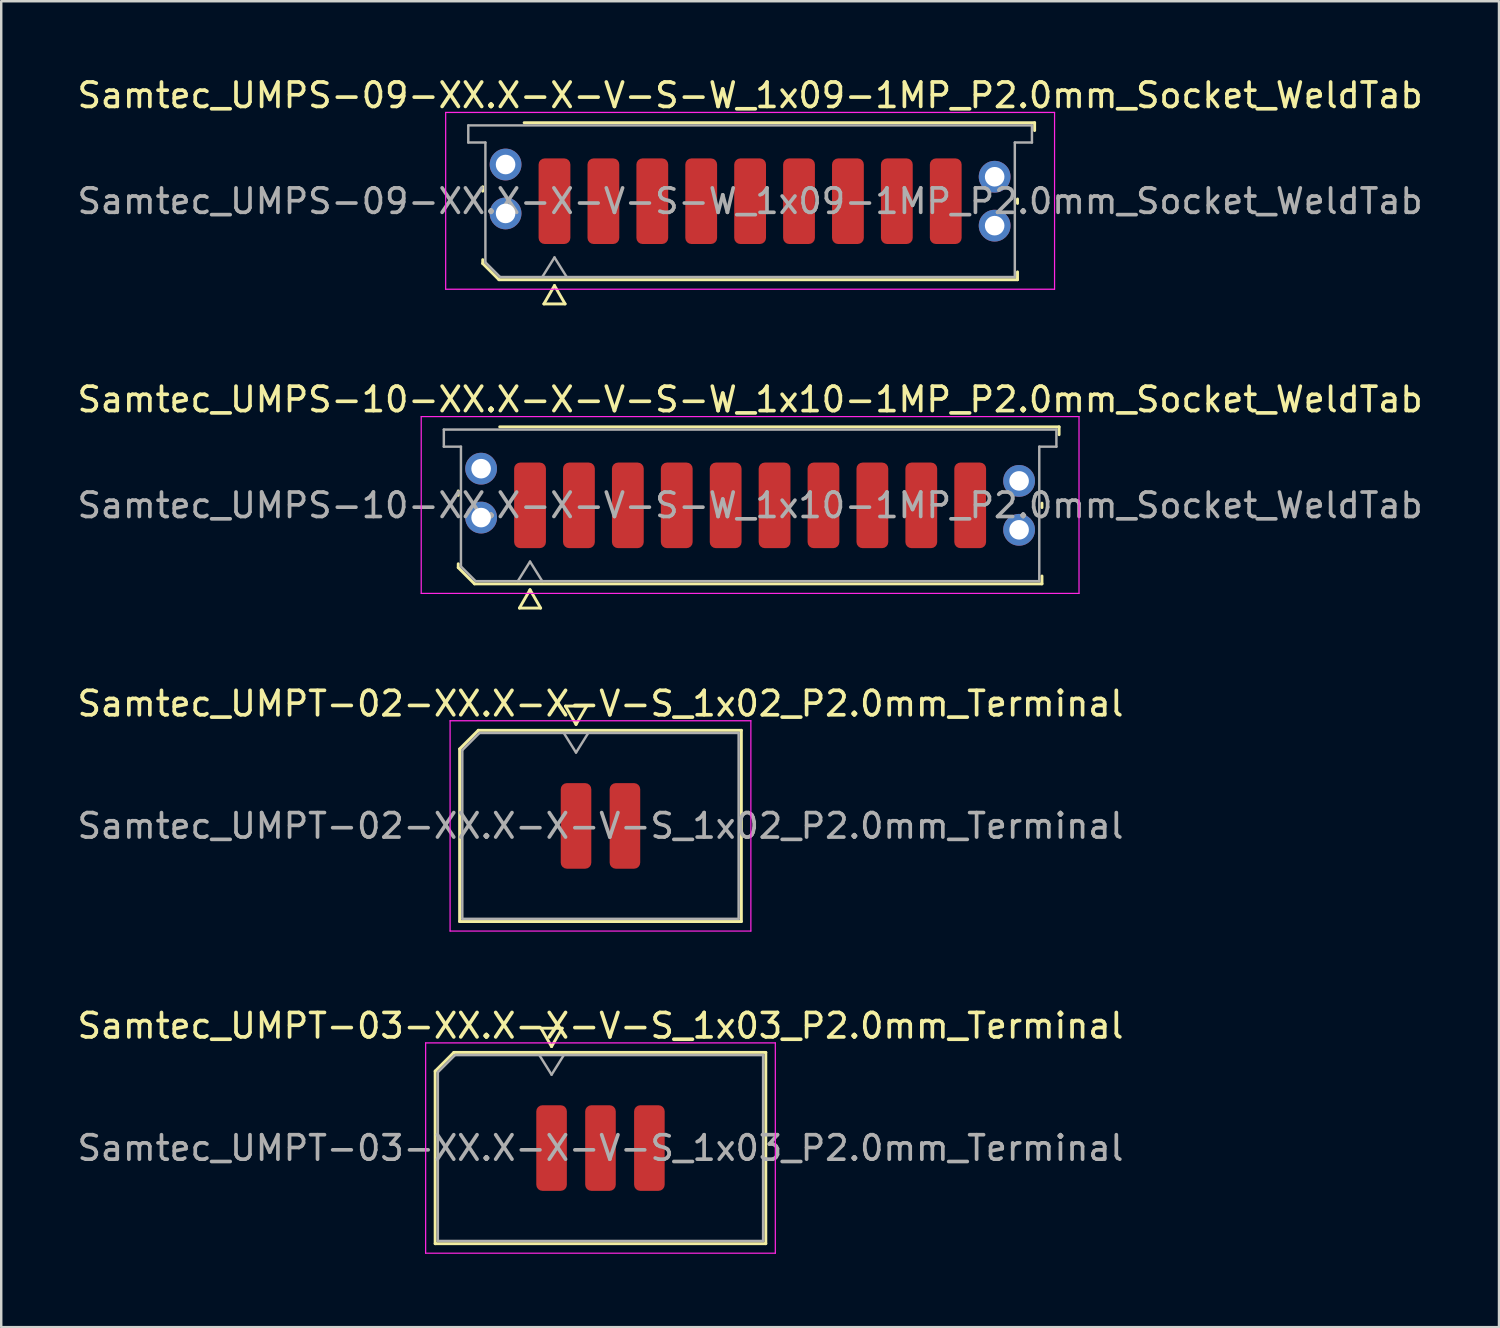
<source format=kicad_pcb>
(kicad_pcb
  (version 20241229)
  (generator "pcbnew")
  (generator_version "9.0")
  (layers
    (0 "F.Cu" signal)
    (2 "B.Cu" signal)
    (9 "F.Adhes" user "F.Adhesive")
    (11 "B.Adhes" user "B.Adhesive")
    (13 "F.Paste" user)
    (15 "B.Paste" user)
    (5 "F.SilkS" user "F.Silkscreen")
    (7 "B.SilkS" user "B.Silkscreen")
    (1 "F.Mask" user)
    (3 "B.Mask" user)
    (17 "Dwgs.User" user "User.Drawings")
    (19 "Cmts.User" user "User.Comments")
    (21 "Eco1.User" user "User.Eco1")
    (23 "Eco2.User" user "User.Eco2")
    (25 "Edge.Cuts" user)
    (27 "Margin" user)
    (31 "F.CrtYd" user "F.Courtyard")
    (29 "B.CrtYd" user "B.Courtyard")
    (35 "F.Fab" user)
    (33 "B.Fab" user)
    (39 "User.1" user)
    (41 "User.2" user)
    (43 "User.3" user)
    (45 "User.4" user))
  (footprint "Samtec_UMPS-09-XX.X-X-V-S-W_1x09-1MP_P2.0mm_Socket_WeldTab"
    (layer "F.Cu")
    (at 27.625 5.178)
    (property "Reference" "Samtec_UMPS-09-XX.X-X-V-S-W_1x09-1MP_P2.0mm_Socket_WeldTab" (at 0 -4.33 0) (layer "F.SilkS") (effects (font (size 1 1) (thickness 0.15))))
    (attr smd)
    (fp_line (start -10.935 -0.41) (end -10.935 -0.59) (stroke (width 0.12) (type solid)) (layer "F.SilkS"))
    (fp_line (start -10.935 2.546) (end -10.935 2.39) (stroke (width 0.12) (type solid)) (layer "F.SilkS"))
    (fp_line (start -10.271 3.21) (end -10.935 2.546) (stroke (width 0.12) (type solid)) (layer "F.SilkS"))
    (fp_line (start -9.24 -3.21) (end 11.635 -3.21) (stroke (width 0.12) (type solid)) (layer "F.SilkS"))
    (fp_line (start -8.433 4.2) (end -8 3.45) (stroke (width 0.12) (type solid)) (layer "F.SilkS"))
    (fp_line (start -8 3.45) (end -7.567 4.2) (stroke (width 0.12) (type solid)) (layer "F.SilkS"))
    (fp_line (start -7.567 4.2) (end -8.433 4.2) (stroke (width 0.12) (type solid)) (layer "F.SilkS"))
    (fp_line (start 10.935 -0.09) (end 10.935 0.09) (stroke (width 0.12) (type solid)) (layer "F.SilkS"))
    (fp_line (start 10.935 2.89) (end 10.935 3.21) (stroke (width 0.12) (type solid)) (layer "F.SilkS"))
    (fp_line (start 10.935 3.21) (end -10.271 3.21) (stroke (width 0.12) (type solid)) (layer "F.SilkS"))
    (fp_line (start 11.635 -3.21) (end 11.635 -2.89) (stroke (width 0.12) (type solid)) (layer "F.SilkS"))
    (fp_line (start -12.45 -3.63) (end -12.45 3.6) (stroke (width 0.05) (type solid)) (layer "F.CrtYd"))
    (fp_line (start -12.45 3.6) (end 12.45 3.6) (stroke (width 0.05) (type solid)) (layer "F.CrtYd"))
    (fp_line (start 12.45 -3.63) (end -12.45 -3.63) (stroke (width 0.05) (type solid)) (layer "F.CrtYd"))
    (fp_line (start 12.45 3.6) (end 12.45 -3.63) (stroke (width 0.05) (type solid)) (layer "F.CrtYd"))
    (fp_line (start -11.525 -3.1) (end 11.525 -3.1) (stroke (width 0.1) (type solid)) (layer "F.Fab"))
    (fp_line (start -11.525 -2.4) (end -11.525 -3.1) (stroke (width 0.1) (type solid)) (layer "F.Fab"))
    (fp_line (start -10.825 -2.4) (end -11.525 -2.4) (stroke (width 0.1) (type solid)) (layer "F.Fab"))
    (fp_line (start -10.825 2.5) (end -10.825 -2.4) (stroke (width 0.1) (type solid)) (layer "F.Fab"))
    (fp_line (start -10.225 3.1) (end -10.825 2.5) (stroke (width 0.1) (type solid)) (layer "F.Fab"))
    (fp_line (start -8.5 3.1) (end -8 2.3) (stroke (width 0.1) (type solid)) (layer "F.Fab"))
    (fp_line (start -8 2.3) (end -7.5 3.1) (stroke (width 0.1) (type solid)) (layer "F.Fab"))
    (fp_line (start 10.825 -2.4) (end 10.825 3.1) (stroke (width 0.1) (type solid)) (layer "F.Fab"))
    (fp_line (start 10.825 3.1) (end -10.225 3.1) (stroke (width 0.1) (type solid)) (layer "F.Fab"))
    (fp_line (start 11.525 -3.1) (end 11.525 -2.4) (stroke (width 0.1) (type solid)) (layer "F.Fab"))
    (fp_line (start 11.525 -2.4) (end 10.825 -2.4) (stroke (width 0.1) (type solid)) (layer "F.Fab"))
    (fp_text user "${REFERENCE}" (at 0 0 0) (layer "F.Fab") (effects (font (size 1 1) (thickness 0.15))))
    (pad "" smd rect (at -10.725 -1.99) (size 2.45 2.28) (layers "F.Paste"))
    (pad "" smd rect (at -10.725 0.99) (size 2.45 2.28) (layers "F.Paste"))
    (pad "" smd rect (at 10.725 -1.49) (size 2.45 2.28) (layers "F.Paste"))
    (pad "" smd rect (at 10.725 1.49) (size 2.45 2.28) (layers "F.Paste"))
    (pad "1" smd roundrect (at -8 0) (size 1.3 3.5) (layers "F.Cu" "F.Mask" "F.Paste") (roundrect_rratio 0.192))
    (pad "2" smd roundrect (at -6 0) (size 1.3 3.5) (layers "F.Cu" "F.Mask" "F.Paste") (roundrect_rratio 0.192))
    (pad "3" smd roundrect (at -4 0) (size 1.3 3.5) (layers "F.Cu" "F.Mask" "F.Paste") (roundrect_rratio 0.192))
    (pad "4" smd roundrect (at -2 0) (size 1.3 3.5) (layers "F.Cu" "F.Mask" "F.Paste") (roundrect_rratio 0.192))
    (pad "5" smd roundrect (at 0 0) (size 1.3 3.5) (layers "F.Cu" "F.Mask" "F.Paste") (roundrect_rratio 0.192))
    (pad "6" smd roundrect (at 2 0) (size 1.3 3.5) (layers "F.Cu" "F.Mask" "F.Paste") (roundrect_rratio 0.192))
    (pad "7" smd roundrect (at 4 0) (size 1.3 3.5) (layers "F.Cu" "F.Mask" "F.Paste") (roundrect_rratio 0.192))
    (pad "8" smd roundrect (at 6 0) (size 1.3 3.5) (layers "F.Cu" "F.Mask" "F.Paste") (roundrect_rratio 0.192))
    (pad "9" smd roundrect (at 8 0) (size 1.3 3.5) (layers "F.Cu" "F.Mask" "F.Paste") (roundrect_rratio 0.192))
    (pad "MP" thru_hole circle (at -10 -1.5) (size 1.3 1.3) (drill 0.8) (layers "*.Cu" "*.Mask"))
    (pad "MP" thru_hole circle (at -10 0.5) (size 1.3 1.3) (drill 0.8) (layers "*.Cu" "*.Mask"))
    (pad "MP" thru_hole circle (at 10 -1) (size 1.3 1.3) (drill 0.8) (layers "*.Cu" "*.Mask"))
    (pad "MP" thru_hole circle (at 10 1) (size 1.3 1.3) (drill 0.8) (layers "*.Cu" "*.Mask")))
  (footprint "Samtec_UMPT-03-XX.X-X-V-S_1x03_P2.0mm_Terminal"
    (layer "F.Cu")
    (at 21.506 43.898)
    (property "Reference" "Samtec_UMPT-03-XX.X-X-V-S_1x03_P2.0mm_Terminal" (at 0 -5 0) (layer "F.SilkS") (effects (font (size 1 1) (thickness 0.15))))
    (attr smd)
    (fp_line (start -6.76 -3.146) (end -5.996 -3.91) (stroke (width 0.12) (type solid)) (layer "F.SilkS"))
    (fp_line (start -6.76 3.91) (end -6.76 -3.146) (stroke (width 0.12) (type solid)) (layer "F.SilkS"))
    (fp_line (start -5.996 -3.91) (end 6.76 -3.91) (stroke (width 0.12) (type solid)) (layer "F.SilkS"))
    (fp_line (start -2.433 -4.9) (end -2 -4.15) (stroke (width 0.12) (type solid)) (layer "F.SilkS"))
    (fp_line (start -2 -4.15) (end -1.567 -4.9) (stroke (width 0.12) (type solid)) (layer "F.SilkS"))
    (fp_line (start -1.567 -4.9) (end -2.433 -4.9) (stroke (width 0.12) (type solid)) (layer "F.SilkS"))
    (fp_line (start 6.76 -3.91) (end 6.76 3.91) (stroke (width 0.12) (type solid)) (layer "F.SilkS"))
    (fp_line (start 6.76 3.91) (end -6.76 3.91) (stroke (width 0.12) (type solid)) (layer "F.SilkS"))
    (fp_line (start -7.15 -4.3) (end -7.15 4.3) (stroke (width 0.05) (type solid)) (layer "F.CrtYd"))
    (fp_line (start -7.15 4.3) (end 7.15 4.3) (stroke (width 0.05) (type solid)) (layer "F.CrtYd"))
    (fp_line (start 7.15 -4.3) (end -7.15 -4.3) (stroke (width 0.05) (type solid)) (layer "F.CrtYd"))
    (fp_line (start 7.15 4.3) (end 7.15 -4.3) (stroke (width 0.05) (type solid)) (layer "F.CrtYd"))
    (fp_line (start -6.65 -3.1) (end -5.95 -3.8) (stroke (width 0.1) (type solid)) (layer "F.Fab"))
    (fp_line (start -6.65 3.8) (end -6.65 -3.1) (stroke (width 0.1) (type solid)) (layer "F.Fab"))
    (fp_line (start -5.95 -3.8) (end 6.65 -3.8) (stroke (width 0.1) (type solid)) (layer "F.Fab"))
    (fp_line (start -2.5 -3.8) (end -2 -3) (stroke (width 0.1) (type solid)) (layer "F.Fab"))
    (fp_line (start -2 -3) (end -1.5 -3.8) (stroke (width 0.1) (type solid)) (layer "F.Fab"))
    (fp_line (start 6.65 -3.8) (end 6.65 3.8) (stroke (width 0.1) (type solid)) (layer "F.Fab"))
    (fp_line (start 6.65 3.8) (end -6.65 3.8) (stroke (width 0.1) (type solid)) (layer "F.Fab"))
    (fp_text user "${REFERENCE}" (at 0 0 0) (layer "F.Fab") (effects (font (size 1 1) (thickness 0.15))))
    (pad "1" smd roundrect (at -2 0) (size 1.25 3.5) (layers "F.Cu" "F.Mask" "F.Paste") (roundrect_rratio 0.2))
    (pad "2" smd roundrect (at 0 0) (size 1.25 3.5) (layers "F.Cu" "F.Mask" "F.Paste") (roundrect_rratio 0.2))
    (pad "3" smd roundrect (at 2 0) (size 1.25 3.5) (layers "F.Cu" "F.Mask" "F.Paste") (roundrect_rratio 0.2)))
  (footprint "Samtec_UMPS-10-XX.X-X-V-S-W_1x10-1MP_P2.0mm_Socket_WeldTab"
    (layer "F.Cu")
    (at 27.625 17.616)
    (property "Reference" "Samtec_UMPS-10-XX.X-X-V-S-W_1x10-1MP_P2.0mm_Socket_WeldTab" (at 0 -4.33 0) (layer "F.SilkS") (effects (font (size 1 1) (thickness 0.15))))
    (attr smd)
    (fp_line (start -11.935 -0.41) (end -11.935 -0.59) (stroke (width 0.12) (type solid)) (layer "F.SilkS"))
    (fp_line (start -11.935 2.546) (end -11.935 2.39) (stroke (width 0.12) (type solid)) (layer "F.SilkS"))
    (fp_line (start -11.271 3.21) (end -11.935 2.546) (stroke (width 0.12) (type solid)) (layer "F.SilkS"))
    (fp_line (start -10.24 -3.21) (end 12.635 -3.21) (stroke (width 0.12) (type solid)) (layer "F.SilkS"))
    (fp_line (start -9.433 4.2) (end -9 3.45) (stroke (width 0.12) (type solid)) (layer "F.SilkS"))
    (fp_line (start -9 3.45) (end -8.567 4.2) (stroke (width 0.12) (type solid)) (layer "F.SilkS"))
    (fp_line (start -8.567 4.2) (end -9.433 4.2) (stroke (width 0.12) (type solid)) (layer "F.SilkS"))
    (fp_line (start 11.935 -0.09) (end 11.935 0.09) (stroke (width 0.12) (type solid)) (layer "F.SilkS"))
    (fp_line (start 11.935 2.89) (end 11.935 3.21) (stroke (width 0.12) (type solid)) (layer "F.SilkS"))
    (fp_line (start 11.935 3.21) (end -11.271 3.21) (stroke (width 0.12) (type solid)) (layer "F.SilkS"))
    (fp_line (start 12.635 -3.21) (end 12.635 -2.89) (stroke (width 0.12) (type solid)) (layer "F.SilkS"))
    (fp_line (start -13.45 -3.63) (end -13.45 3.6) (stroke (width 0.05) (type solid)) (layer "F.CrtYd"))
    (fp_line (start -13.45 3.6) (end 13.45 3.6) (stroke (width 0.05) (type solid)) (layer "F.CrtYd"))
    (fp_line (start 13.45 -3.63) (end -13.45 -3.63) (stroke (width 0.05) (type solid)) (layer "F.CrtYd"))
    (fp_line (start 13.45 3.6) (end 13.45 -3.63) (stroke (width 0.05) (type solid)) (layer "F.CrtYd"))
    (fp_line (start -12.525 -3.1) (end 12.525 -3.1) (stroke (width 0.1) (type solid)) (layer "F.Fab"))
    (fp_line (start -12.525 -2.4) (end -12.525 -3.1) (stroke (width 0.1) (type solid)) (layer "F.Fab"))
    (fp_line (start -11.825 -2.4) (end -12.525 -2.4) (stroke (width 0.1) (type solid)) (layer "F.Fab"))
    (fp_line (start -11.825 2.5) (end -11.825 -2.4) (stroke (width 0.1) (type solid)) (layer "F.Fab"))
    (fp_line (start -11.225 3.1) (end -11.825 2.5) (stroke (width 0.1) (type solid)) (layer "F.Fab"))
    (fp_line (start -9.5 3.1) (end -9 2.3) (stroke (width 0.1) (type solid)) (layer "F.Fab"))
    (fp_line (start -9 2.3) (end -8.5 3.1) (stroke (width 0.1) (type solid)) (layer "F.Fab"))
    (fp_line (start 11.825 -2.4) (end 11.825 3.1) (stroke (width 0.1) (type solid)) (layer "F.Fab"))
    (fp_line (start 11.825 3.1) (end -11.225 3.1) (stroke (width 0.1) (type solid)) (layer "F.Fab"))
    (fp_line (start 12.525 -3.1) (end 12.525 -2.4) (stroke (width 0.1) (type solid)) (layer "F.Fab"))
    (fp_line (start 12.525 -2.4) (end 11.825 -2.4) (stroke (width 0.1) (type solid)) (layer "F.Fab"))
    (fp_text user "${REFERENCE}" (at 0 0 0) (layer "F.Fab") (effects (font (size 1 1) (thickness 0.15))))
    (pad "" smd rect (at -11.725 -1.99) (size 2.45 2.28) (layers "F.Paste"))
    (pad "" smd rect (at -11.725 0.99) (size 2.45 2.28) (layers "F.Paste"))
    (pad "" smd rect (at 11.725 -1.49) (size 2.45 2.28) (layers "F.Paste"))
    (pad "" smd rect (at 11.725 1.49) (size 2.45 2.28) (layers "F.Paste"))
    (pad "1" smd roundrect (at -9 0) (size 1.3 3.5) (layers "F.Cu" "F.Mask" "F.Paste") (roundrect_rratio 0.192))
    (pad "2" smd roundrect (at -7 0) (size 1.3 3.5) (layers "F.Cu" "F.Mask" "F.Paste") (roundrect_rratio 0.192))
    (pad "3" smd roundrect (at -5 0) (size 1.3 3.5) (layers "F.Cu" "F.Mask" "F.Paste") (roundrect_rratio 0.192))
    (pad "4" smd roundrect (at -3 0) (size 1.3 3.5) (layers "F.Cu" "F.Mask" "F.Paste") (roundrect_rratio 0.192))
    (pad "5" smd roundrect (at -1 0) (size 1.3 3.5) (layers "F.Cu" "F.Mask" "F.Paste") (roundrect_rratio 0.192))
    (pad "6" smd roundrect (at 1 0) (size 1.3 3.5) (layers "F.Cu" "F.Mask" "F.Paste") (roundrect_rratio 0.192))
    (pad "7" smd roundrect (at 3 0) (size 1.3 3.5) (layers "F.Cu" "F.Mask" "F.Paste") (roundrect_rratio 0.192))
    (pad "8" smd roundrect (at 5 0) (size 1.3 3.5) (layers "F.Cu" "F.Mask" "F.Paste") (roundrect_rratio 0.192))
    (pad "9" smd roundrect (at 7 0) (size 1.3 3.5) (layers "F.Cu" "F.Mask" "F.Paste") (roundrect_rratio 0.192))
    (pad "10" smd roundrect (at 9 0) (size 1.3 3.5) (layers "F.Cu" "F.Mask" "F.Paste") (roundrect_rratio 0.192))
    (pad "MP" thru_hole circle (at -11 -1.5) (size 1.3 1.3) (drill 0.8) (layers "*.Cu" "*.Mask"))
    (pad "MP" thru_hole circle (at -11 0.5) (size 1.3 1.3) (drill 0.8) (layers "*.Cu" "*.Mask"))
    (pad "MP" thru_hole circle (at 11 -1) (size 1.3 1.3) (drill 0.8) (layers "*.Cu" "*.Mask"))
    (pad "MP" thru_hole circle (at 11 1) (size 1.3 1.3) (drill 0.8) (layers "*.Cu" "*.Mask")))
  (footprint "Samtec_UMPT-02-XX.X-X-V-S_1x02_P2.0mm_Terminal"
    (layer "F.Cu")
    (at 21.506 30.725)
    (property "Reference" "Samtec_UMPT-02-XX.X-X-V-S_1x02_P2.0mm_Terminal" (at 0 -5 0) (layer "F.SilkS") (effects (font (size 1 1) (thickness 0.15))))
    (attr smd)
    (fp_line (start -5.76 -3.146) (end -4.996 -3.91) (stroke (width 0.12) (type solid)) (layer "F.SilkS"))
    (fp_line (start -5.76 3.91) (end -5.76 -3.146) (stroke (width 0.12) (type solid)) (layer "F.SilkS"))
    (fp_line (start -4.996 -3.91) (end 5.76 -3.91) (stroke (width 0.12) (type solid)) (layer "F.SilkS"))
    (fp_line (start -1.433 -4.9) (end -1 -4.15) (stroke (width 0.12) (type solid)) (layer "F.SilkS"))
    (fp_line (start -1 -4.15) (end -0.567 -4.9) (stroke (width 0.12) (type solid)) (layer "F.SilkS"))
    (fp_line (start -0.567 -4.9) (end -1.433 -4.9) (stroke (width 0.12) (type solid)) (layer "F.SilkS"))
    (fp_line (start 5.76 -3.91) (end 5.76 3.91) (stroke (width 0.12) (type solid)) (layer "F.SilkS"))
    (fp_line (start 5.76 3.91) (end -5.76 3.91) (stroke (width 0.12) (type solid)) (layer "F.SilkS"))
    (fp_line (start -6.15 -4.3) (end -6.15 4.3) (stroke (width 0.05) (type solid)) (layer "F.CrtYd"))
    (fp_line (start -6.15 4.3) (end 6.15 4.3) (stroke (width 0.05) (type solid)) (layer "F.CrtYd"))
    (fp_line (start 6.15 -4.3) (end -6.15 -4.3) (stroke (width 0.05) (type solid)) (layer "F.CrtYd"))
    (fp_line (start 6.15 4.3) (end 6.15 -4.3) (stroke (width 0.05) (type solid)) (layer "F.CrtYd"))
    (fp_line (start -5.65 -3.1) (end -4.95 -3.8) (stroke (width 0.1) (type solid)) (layer "F.Fab"))
    (fp_line (start -5.65 3.8) (end -5.65 -3.1) (stroke (width 0.1) (type solid)) (layer "F.Fab"))
    (fp_line (start -4.95 -3.8) (end 5.65 -3.8) (stroke (width 0.1) (type solid)) (layer "F.Fab"))
    (fp_line (start -1.5 -3.8) (end -1 -3) (stroke (width 0.1) (type solid)) (layer "F.Fab"))
    (fp_line (start -1 -3) (end -0.5 -3.8) (stroke (width 0.1) (type solid)) (layer "F.Fab"))
    (fp_line (start 5.65 -3.8) (end 5.65 3.8) (stroke (width 0.1) (type solid)) (layer "F.Fab"))
    (fp_line (start 5.65 3.8) (end -5.65 3.8) (stroke (width 0.1) (type solid)) (layer "F.Fab"))
    (fp_text user "${REFERENCE}" (at 0 0 0) (layer "F.Fab") (effects (font (size 1 1) (thickness 0.15))))
    (pad "1" smd roundrect (at -1 0) (size 1.25 3.5) (layers "F.Cu" "F.Mask" "F.Paste") (roundrect_rratio 0.2))
    (pad "2" smd roundrect (at 1 0) (size 1.25 3.5) (layers "F.Cu" "F.Mask" "F.Paste") (roundrect_rratio 0.2)))
  (gr_rect
    (start -3 -3)
    (end 58.25 51.223)
    (stroke (width 0.1) (type default))
    (fill no)
    (layer "Edge.Cuts")))
</source>
